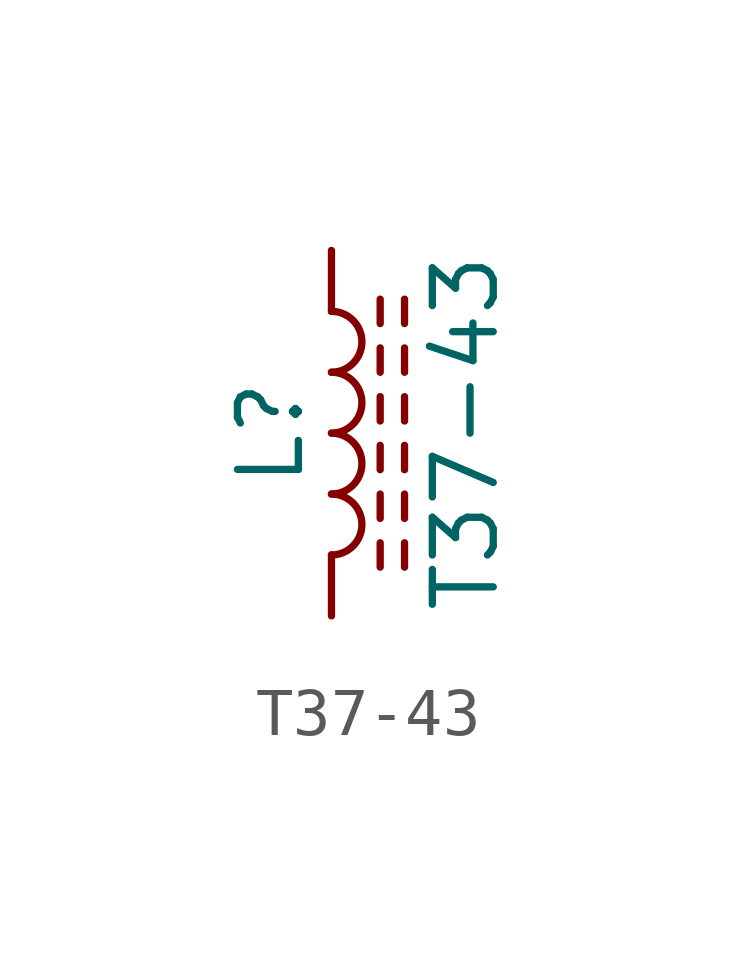
<source format=kicad_sym>
(kicad_symbol_lib
  (version 20211014)
  (generator kicad_symbol_editor)
  (symbol "T37-43"
    (pin_numbers hide)
    (pin_names
      (offset 1.016) hide)
    (property "Reference" "L"
      (at -1.27 0 90)
      (effects (font (size 1.27 1.27))))
    (property "Value" "T37-43"
      (at 2.794 0 90)
      (effects (font (size 1.27 1.27))))
    (symbol "T37-43_0_1"
      (arc (start 0 -2.54) (mid 0.635 -1.905) (end 0 -1.27) (stroke (width 0) (type default) (color 0 0 0 0)) (fill (type none)))
      (arc (start 0 -1.27) (mid 0.635 -0.635) (end 0 0) (stroke (width 0) (type default) (color 0 0 0 0)) (fill (type none)))
      (polyline (pts (xy 1.016 -2.794) (xy 1.016 -2.286)) (stroke (width 0) (type default) (color 0 0 0 0)) (fill (type none)))
      (polyline (pts (xy 1.016 -1.778) (xy 1.016 -1.27)) (stroke (width 0) (type default) (color 0 0 0 0)) (fill (type none)))
      (polyline (pts (xy 1.016 -0.762) (xy 1.016 -0.254)) (stroke (width 0) (type default) (color 0 0 0 0)) (fill (type none)))
      (polyline (pts (xy 1.016 0.254) (xy 1.016 0.762)) (stroke (width 0) (type default) (color 0 0 0 0)) (fill (type none)))
      (polyline (pts (xy 1.016 1.27) (xy 1.016 1.778)) (stroke (width 0) (type default) (color 0 0 0 0)) (fill (type none)))
      (polyline (pts (xy 1.016 2.286) (xy 1.016 2.794)) (stroke (width 0) (type default) (color 0 0 0 0)) (fill (type none)))
      (polyline (pts (xy 1.524 -2.286) (xy 1.524 -2.794)) (stroke (width 0) (type default) (color 0 0 0 0)) (fill (type none)))
      (polyline (pts (xy 1.524 -1.27) (xy 1.524 -1.778)) (stroke (width 0) (type default) (color 0 0 0 0)) (fill (type none)))
      (polyline (pts (xy 1.524 -0.254) (xy 1.524 -0.762)) (stroke (width 0) (type default) (color 0 0 0 0)) (fill (type none)))
      (polyline (pts (xy 1.524 0.762) (xy 1.524 0.254)) (stroke (width 0) (type default) (color 0 0 0 0)) (fill (type none)))
      (polyline (pts (xy 1.524 1.778) (xy 1.524 1.27)) (stroke (width 0) (type default) (color 0 0 0 0)) (fill (type none)))
      (polyline (pts (xy 1.524 2.794) (xy 1.524 2.286)) (stroke (width 0) (type default) (color 0 0 0 0)) (fill (type none)))
      (arc (start 0 0) (mid 0.635 0.635) (end 0 1.27) (stroke (width 0) (type default) (color 0 0 0 0)) (fill (type none)))
      (arc (start 0 1.27) (mid 0.635 1.905) (end 0 2.54) (stroke (width 0) (type default) (color 0 0 0 0)) (fill (type none))))
    (symbol "T37-43_1_1"
      (pin passive line (at 0 3.81 270) (length 1.27) (name "1" (effects (font (size 1.27 1.27)))) (number "1" (effects (font (size 1.27 1.27)))))
      (pin passive line (at 0 -3.81 90) (length 1.27) (name "2" (effects (font (size 1.27 1.27)))) (number "2" (effects (font (size 1.27 1.27))))))))
</source>
